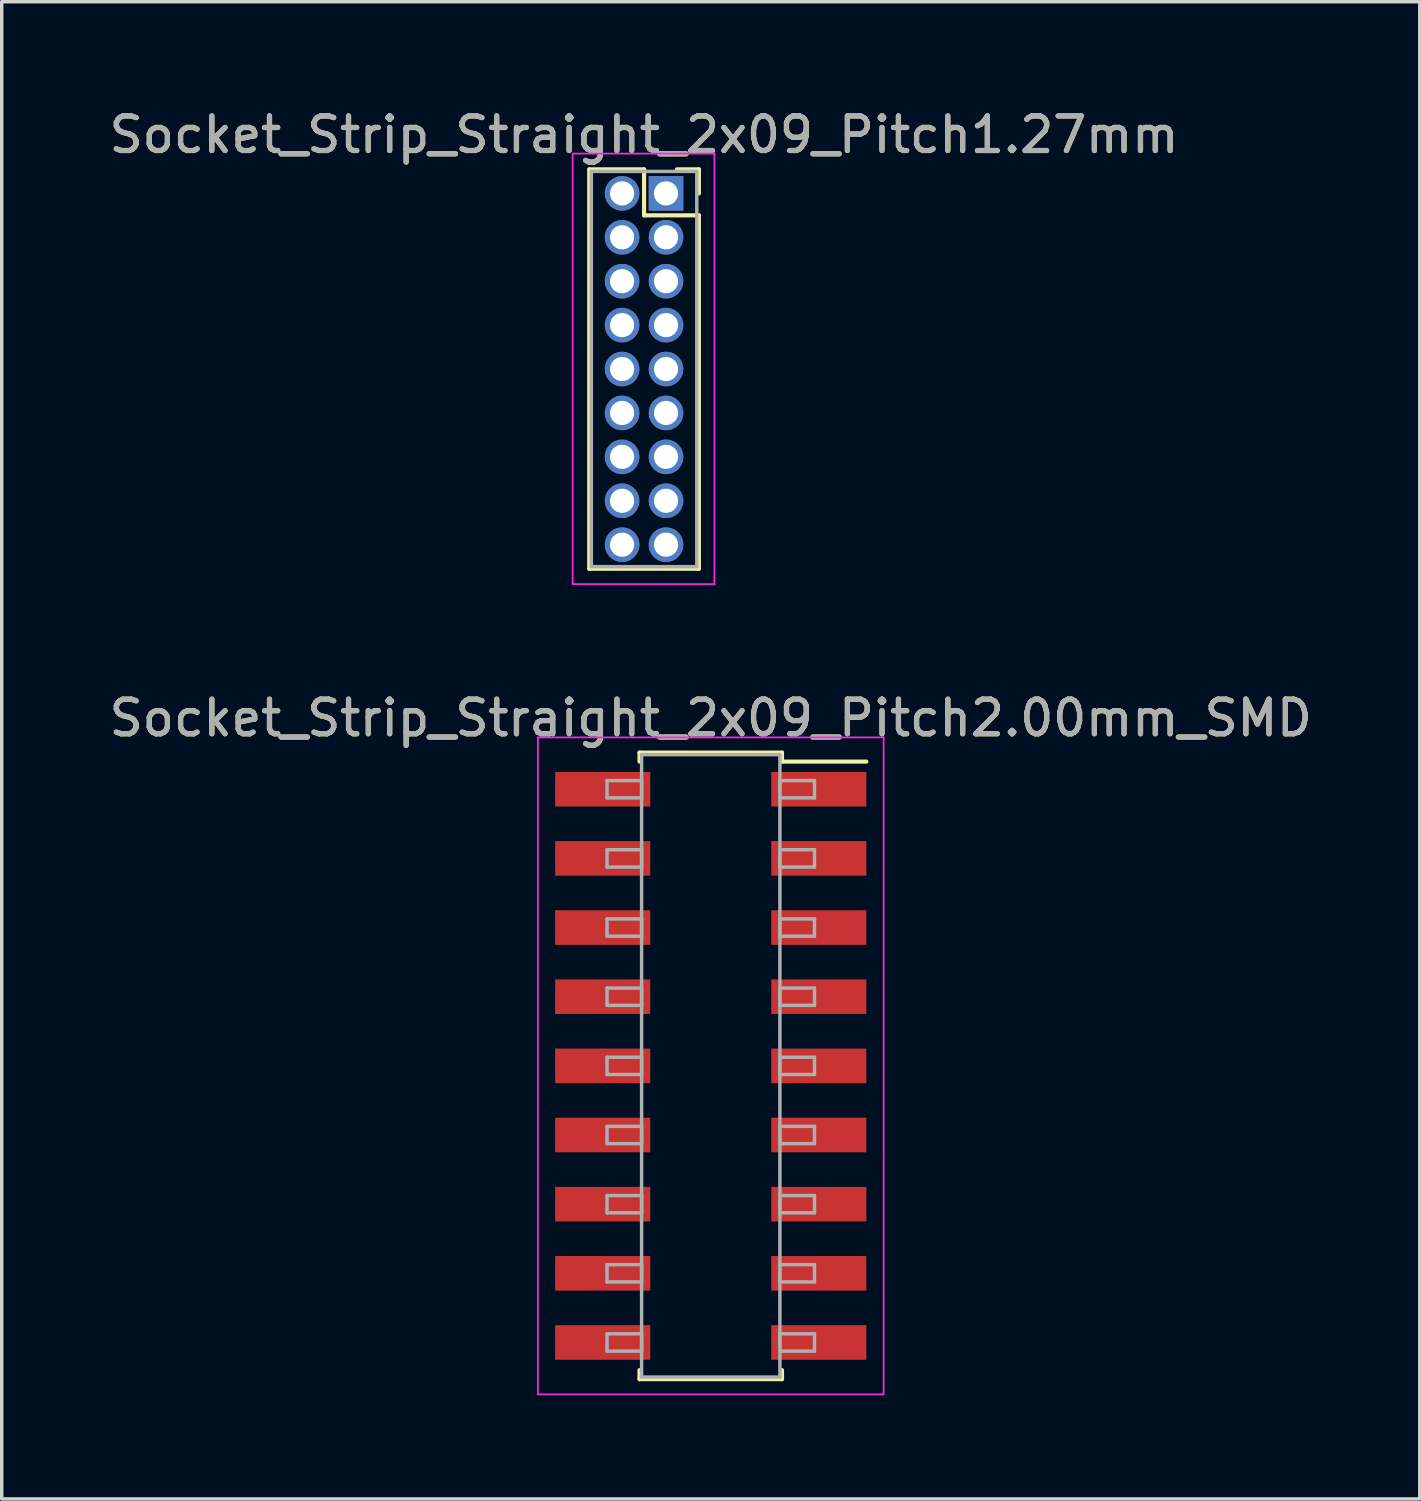
<source format=kicad_pcb>
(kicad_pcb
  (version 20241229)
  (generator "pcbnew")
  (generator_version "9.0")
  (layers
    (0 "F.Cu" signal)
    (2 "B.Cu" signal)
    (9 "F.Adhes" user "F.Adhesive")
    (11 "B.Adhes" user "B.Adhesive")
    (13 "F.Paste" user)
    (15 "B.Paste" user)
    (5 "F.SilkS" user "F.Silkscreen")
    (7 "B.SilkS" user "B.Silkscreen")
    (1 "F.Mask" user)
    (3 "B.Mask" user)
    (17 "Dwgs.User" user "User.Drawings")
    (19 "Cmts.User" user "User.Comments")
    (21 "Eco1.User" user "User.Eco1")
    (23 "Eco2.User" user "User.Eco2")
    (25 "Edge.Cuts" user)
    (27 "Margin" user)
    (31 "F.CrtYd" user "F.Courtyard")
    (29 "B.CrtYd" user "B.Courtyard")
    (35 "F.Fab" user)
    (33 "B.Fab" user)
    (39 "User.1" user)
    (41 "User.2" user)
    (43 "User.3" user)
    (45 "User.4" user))
  (footprint "Socket_Strip_Straight_2x09_Pitch1.27mm"
    (layer "F.Cu")
    (at 16.212 2.543)
    (property "Reference" "Socket_Strip_Straight_2x09_Pitch1.27mm" (at -0.635 -1.695 0) (layer "F.SilkS") (effects (font (size 1 1) (thickness 0.15))))
    (attr through_hole)
    (fp_line (start -2.22 -0.695) (end -0.635 -0.695) (stroke (width 0.12) (type solid)) (layer "F.SilkS"))
    (fp_line (start -2.22 10.855) (end -2.22 -0.695) (stroke (width 0.12) (type solid)) (layer "F.SilkS"))
    (fp_line (start -0.635 -0.695) (end -0.635 0.635) (stroke (width 0.12) (type solid)) (layer "F.SilkS"))
    (fp_line (start -0.635 0.635) (end 0.95 0.635) (stroke (width 0.12) (type solid)) (layer "F.SilkS"))
    (fp_line (start 0.95 -0.695) (end 0.315 -0.695) (stroke (width 0.12) (type solid)) (layer "F.SilkS"))
    (fp_line (start 0.95 0) (end 0.95 -0.695) (stroke (width 0.12) (type solid)) (layer "F.SilkS"))
    (fp_line (start 0.95 0.635) (end 0.95 10.855) (stroke (width 0.12) (type solid)) (layer "F.SilkS"))
    (fp_line (start 0.95 10.855) (end -2.22 10.855) (stroke (width 0.12) (type solid)) (layer "F.SilkS"))
    (fp_line (start -2.7 -1.15) (end -2.7 11.3) (stroke (width 0.05) (type solid)) (layer "F.CrtYd"))
    (fp_line (start -2.7 11.3) (end 1.4 11.3) (stroke (width 0.05) (type solid)) (layer "F.CrtYd"))
    (fp_line (start 1.4 -1.15) (end -2.7 -1.15) (stroke (width 0.05) (type solid)) (layer "F.CrtYd"))
    (fp_line (start 1.4 11.3) (end 1.4 -1.15) (stroke (width 0.05) (type solid)) (layer "F.CrtYd"))
    (fp_line (start -2.16 -0.635) (end -2.16 10.795) (stroke (width 0.1) (type solid)) (layer "F.Fab"))
    (fp_line (start -2.16 10.795) (end 0.89 10.795) (stroke (width 0.1) (type solid)) (layer "F.Fab"))
    (fp_line (start 0.89 -0.635) (end -2.16 -0.635) (stroke (width 0.1) (type solid)) (layer "F.Fab"))
    (fp_line (start 0.89 10.795) (end 0.89 -0.635) (stroke (width 0.1) (type solid)) (layer "F.Fab"))
    (fp_text user "${REFERENCE}" (at -0.635 -1.695 0) (layer "F.Fab") (effects (font (size 1 1) (thickness 0.15))))
    (pad "1" thru_hole rect (at 0 0) (size 1 1) (drill 0.7) (layers "*.Cu" "*.Mask"))
    (pad "2" thru_hole oval (at -1.27 0) (size 1 1) (drill 0.7) (layers "*.Cu" "*.Mask"))
    (pad "3" thru_hole oval (at 0 1.27) (size 1 1) (drill 0.7) (layers "*.Cu" "*.Mask"))
    (pad "4" thru_hole oval (at -1.27 1.27) (size 1 1) (drill 0.7) (layers "*.Cu" "*.Mask"))
    (pad "5" thru_hole oval (at 0 2.54) (size 1 1) (drill 0.7) (layers "*.Cu" "*.Mask"))
    (pad "6" thru_hole oval (at -1.27 2.54) (size 1 1) (drill 0.7) (layers "*.Cu" "*.Mask"))
    (pad "7" thru_hole oval (at 0 3.81) (size 1 1) (drill 0.7) (layers "*.Cu" "*.Mask"))
    (pad "8" thru_hole oval (at -1.27 3.81) (size 1 1) (drill 0.7) (layers "*.Cu" "*.Mask"))
    (pad "9" thru_hole oval (at 0 5.08) (size 1 1) (drill 0.7) (layers "*.Cu" "*.Mask"))
    (pad "10" thru_hole oval (at -1.27 5.08) (size 1 1) (drill 0.7) (layers "*.Cu" "*.Mask"))
    (pad "11" thru_hole oval (at 0 6.35) (size 1 1) (drill 0.7) (layers "*.Cu" "*.Mask"))
    (pad "12" thru_hole oval (at -1.27 6.35) (size 1 1) (drill 0.7) (layers "*.Cu" "*.Mask"))
    (pad "13" thru_hole oval (at 0 7.62) (size 1 1) (drill 0.7) (layers "*.Cu" "*.Mask"))
    (pad "14" thru_hole oval (at -1.27 7.62) (size 1 1) (drill 0.7) (layers "*.Cu" "*.Mask"))
    (pad "15" thru_hole oval (at 0 8.89) (size 1 1) (drill 0.7) (layers "*.Cu" "*.Mask"))
    (pad "16" thru_hole oval (at -1.27 8.89) (size 1 1) (drill 0.7) (layers "*.Cu" "*.Mask"))
    (pad "17" thru_hole oval (at 0 10.16) (size 1 1) (drill 0.7) (layers "*.Cu" "*.Mask"))
    (pad "18" thru_hole oval (at -1.27 10.16) (size 1 1) (drill 0.7) (layers "*.Cu" "*.Mask")))
  (footprint "Socket_Strip_Straight_2x09_Pitch2.00mm_SMD"
    (layer "F.Cu")
    (at 17.506 27.776)
    (property "Reference" "Socket_Strip_Straight_2x09_Pitch2.00mm_SMD" (at 0 -10.06 0) (layer "F.SilkS") (effects (font (size 1 1) (thickness 0.15))))
    (attr smd)
    (fp_line (start -2.06 -9.06) (end 2.06 -9.06) (stroke (width 0.12) (type solid)) (layer "F.SilkS"))
    (fp_line (start -2.06 -8.8) (end -2.06 -9.06) (stroke (width 0.12) (type solid)) (layer "F.SilkS"))
    (fp_line (start -2.06 8.8) (end -2.06 9.06) (stroke (width 0.12) (type solid)) (layer "F.SilkS"))
    (fp_line (start -2.06 9.06) (end 2.06 9.06) (stroke (width 0.12) (type solid)) (layer "F.SilkS"))
    (fp_line (start 2.06 -9.06) (end 2.06 -8.8) (stroke (width 0.12) (type solid)) (layer "F.SilkS"))
    (fp_line (start 2.06 9.06) (end 2.06 8.8) (stroke (width 0.12) (type solid)) (layer "F.SilkS"))
    (fp_line (start 4.5 -8.8) (end 2.06 -8.8) (stroke (width 0.12) (type solid)) (layer "F.SilkS"))
    (fp_line (start -5 -9.5) (end -5 9.5) (stroke (width 0.05) (type solid)) (layer "F.CrtYd"))
    (fp_line (start -5 9.5) (end 5 9.5) (stroke (width 0.05) (type solid)) (layer "F.CrtYd"))
    (fp_line (start 5 -9.5) (end -5 -9.5) (stroke (width 0.05) (type solid)) (layer "F.CrtYd"))
    (fp_line (start 5 9.5) (end 5 -9.5) (stroke (width 0.05) (type solid)) (layer "F.CrtYd"))
    (fp_line (start -3 -8.25) (end -2 -8.25) (stroke (width 0.1) (type solid)) (layer "F.Fab"))
    (fp_line (start -3 -7.75) (end -3 -8.25) (stroke (width 0.1) (type solid)) (layer "F.Fab"))
    (fp_line (start -3 -6.25) (end -2 -6.25) (stroke (width 0.1) (type solid)) (layer "F.Fab"))
    (fp_line (start -3 -5.75) (end -3 -6.25) (stroke (width 0.1) (type solid)) (layer "F.Fab"))
    (fp_line (start -3 -4.25) (end -2 -4.25) (stroke (width 0.1) (type solid)) (layer "F.Fab"))
    (fp_line (start -3 -3.75) (end -3 -4.25) (stroke (width 0.1) (type solid)) (layer "F.Fab"))
    (fp_line (start -3 -2.25) (end -2 -2.25) (stroke (width 0.1) (type solid)) (layer "F.Fab"))
    (fp_line (start -3 -1.75) (end -3 -2.25) (stroke (width 0.1) (type solid)) (layer "F.Fab"))
    (fp_line (start -3 -0.25) (end -2 -0.25) (stroke (width 0.1) (type solid)) (layer "F.Fab"))
    (fp_line (start -3 0.25) (end -3 -0.25) (stroke (width 0.1) (type solid)) (layer "F.Fab"))
    (fp_line (start -3 1.75) (end -2 1.75) (stroke (width 0.1) (type solid)) (layer "F.Fab"))
    (fp_line (start -3 2.25) (end -3 1.75) (stroke (width 0.1) (type solid)) (layer "F.Fab"))
    (fp_line (start -3 3.75) (end -2 3.75) (stroke (width 0.1) (type solid)) (layer "F.Fab"))
    (fp_line (start -3 4.25) (end -3 3.75) (stroke (width 0.1) (type solid)) (layer "F.Fab"))
    (fp_line (start -3 5.75) (end -2 5.75) (stroke (width 0.1) (type solid)) (layer "F.Fab"))
    (fp_line (start -3 6.25) (end -3 5.75) (stroke (width 0.1) (type solid)) (layer "F.Fab"))
    (fp_line (start -3 7.75) (end -2 7.75) (stroke (width 0.1) (type solid)) (layer "F.Fab"))
    (fp_line (start -3 8.25) (end -3 7.75) (stroke (width 0.1) (type solid)) (layer "F.Fab"))
    (fp_line (start -2 -9) (end -2 9) (stroke (width 0.1) (type solid)) (layer "F.Fab"))
    (fp_line (start -2 -8.25) (end -2 -7.75) (stroke (width 0.1) (type solid)) (layer "F.Fab"))
    (fp_line (start -2 -7.75) (end -3 -7.75) (stroke (width 0.1) (type solid)) (layer "F.Fab"))
    (fp_line (start -2 -6.25) (end -2 -5.75) (stroke (width 0.1) (type solid)) (layer "F.Fab"))
    (fp_line (start -2 -5.75) (end -3 -5.75) (stroke (width 0.1) (type solid)) (layer "F.Fab"))
    (fp_line (start -2 -4.25) (end -2 -3.75) (stroke (width 0.1) (type solid)) (layer "F.Fab"))
    (fp_line (start -2 -3.75) (end -3 -3.75) (stroke (width 0.1) (type solid)) (layer "F.Fab"))
    (fp_line (start -2 -2.25) (end -2 -1.75) (stroke (width 0.1) (type solid)) (layer "F.Fab"))
    (fp_line (start -2 -1.75) (end -3 -1.75) (stroke (width 0.1) (type solid)) (layer "F.Fab"))
    (fp_line (start -2 -0.25) (end -2 0.25) (stroke (width 0.1) (type solid)) (layer "F.Fab"))
    (fp_line (start -2 0.25) (end -3 0.25) (stroke (width 0.1) (type solid)) (layer "F.Fab"))
    (fp_line (start -2 1.75) (end -2 2.25) (stroke (width 0.1) (type solid)) (layer "F.Fab"))
    (fp_line (start -2 2.25) (end -3 2.25) (stroke (width 0.1) (type solid)) (layer "F.Fab"))
    (fp_line (start -2 3.75) (end -2 4.25) (stroke (width 0.1) (type solid)) (layer "F.Fab"))
    (fp_line (start -2 4.25) (end -3 4.25) (stroke (width 0.1) (type solid)) (layer "F.Fab"))
    (fp_line (start -2 5.75) (end -2 6.25) (stroke (width 0.1) (type solid)) (layer "F.Fab"))
    (fp_line (start -2 6.25) (end -3 6.25) (stroke (width 0.1) (type solid)) (layer "F.Fab"))
    (fp_line (start -2 7.75) (end -2 8.25) (stroke (width 0.1) (type solid)) (layer "F.Fab"))
    (fp_line (start -2 8.25) (end -3 8.25) (stroke (width 0.1) (type solid)) (layer "F.Fab"))
    (fp_line (start -2 9) (end 2 9) (stroke (width 0.1) (type solid)) (layer "F.Fab"))
    (fp_line (start 2 -9) (end -2 -9) (stroke (width 0.1) (type solid)) (layer "F.Fab"))
    (fp_line (start 2 -8.25) (end 2 -7.75) (stroke (width 0.1) (type solid)) (layer "F.Fab"))
    (fp_line (start 2 -7.75) (end 3 -7.75) (stroke (width 0.1) (type solid)) (layer "F.Fab"))
    (fp_line (start 2 -6.25) (end 2 -5.75) (stroke (width 0.1) (type solid)) (layer "F.Fab"))
    (fp_line (start 2 -5.75) (end 3 -5.75) (stroke (width 0.1) (type solid)) (layer "F.Fab"))
    (fp_line (start 2 -4.25) (end 2 -3.75) (stroke (width 0.1) (type solid)) (layer "F.Fab"))
    (fp_line (start 2 -3.75) (end 3 -3.75) (stroke (width 0.1) (type solid)) (layer "F.Fab"))
    (fp_line (start 2 -2.25) (end 2 -1.75) (stroke (width 0.1) (type solid)) (layer "F.Fab"))
    (fp_line (start 2 -1.75) (end 3 -1.75) (stroke (width 0.1) (type solid)) (layer "F.Fab"))
    (fp_line (start 2 -0.25) (end 2 0.25) (stroke (width 0.1) (type solid)) (layer "F.Fab"))
    (fp_line (start 2 0.25) (end 3 0.25) (stroke (width 0.1) (type solid)) (layer "F.Fab"))
    (fp_line (start 2 1.75) (end 2 2.25) (stroke (width 0.1) (type solid)) (layer "F.Fab"))
    (fp_line (start 2 2.25) (end 3 2.25) (stroke (width 0.1) (type solid)) (layer "F.Fab"))
    (fp_line (start 2 3.75) (end 2 4.25) (stroke (width 0.1) (type solid)) (layer "F.Fab"))
    (fp_line (start 2 4.25) (end 3 4.25) (stroke (width 0.1) (type solid)) (layer "F.Fab"))
    (fp_line (start 2 5.75) (end 2 6.25) (stroke (width 0.1) (type solid)) (layer "F.Fab"))
    (fp_line (start 2 6.25) (end 3 6.25) (stroke (width 0.1) (type solid)) (layer "F.Fab"))
    (fp_line (start 2 7.75) (end 2 8.25) (stroke (width 0.1) (type solid)) (layer "F.Fab"))
    (fp_line (start 2 8.25) (end 3 8.25) (stroke (width 0.1) (type solid)) (layer "F.Fab"))
    (fp_line (start 2 9) (end 2 -9) (stroke (width 0.1) (type solid)) (layer "F.Fab"))
    (fp_line (start 3 -8.25) (end 2 -8.25) (stroke (width 0.1) (type solid)) (layer "F.Fab"))
    (fp_line (start 3 -7.75) (end 3 -8.25) (stroke (width 0.1) (type solid)) (layer "F.Fab"))
    (fp_line (start 3 -6.25) (end 2 -6.25) (stroke (width 0.1) (type solid)) (layer "F.Fab"))
    (fp_line (start 3 -5.75) (end 3 -6.25) (stroke (width 0.1) (type solid)) (layer "F.Fab"))
    (fp_line (start 3 -4.25) (end 2 -4.25) (stroke (width 0.1) (type solid)) (layer "F.Fab"))
    (fp_line (start 3 -3.75) (end 3 -4.25) (stroke (width 0.1) (type solid)) (layer "F.Fab"))
    (fp_line (start 3 -2.25) (end 2 -2.25) (stroke (width 0.1) (type solid)) (layer "F.Fab"))
    (fp_line (start 3 -1.75) (end 3 -2.25) (stroke (width 0.1) (type solid)) (layer "F.Fab"))
    (fp_line (start 3 -0.25) (end 2 -0.25) (stroke (width 0.1) (type solid)) (layer "F.Fab"))
    (fp_line (start 3 0.25) (end 3 -0.25) (stroke (width 0.1) (type solid)) (layer "F.Fab"))
    (fp_line (start 3 1.75) (end 2 1.75) (stroke (width 0.1) (type solid)) (layer "F.Fab"))
    (fp_line (start 3 2.25) (end 3 1.75) (stroke (width 0.1) (type solid)) (layer "F.Fab"))
    (fp_line (start 3 3.75) (end 2 3.75) (stroke (width 0.1) (type solid)) (layer "F.Fab"))
    (fp_line (start 3 4.25) (end 3 3.75) (stroke (width 0.1) (type solid)) (layer "F.Fab"))
    (fp_line (start 3 5.75) (end 2 5.75) (stroke (width 0.1) (type solid)) (layer "F.Fab"))
    (fp_line (start 3 6.25) (end 3 5.75) (stroke (width 0.1) (type solid)) (layer "F.Fab"))
    (fp_line (start 3 7.75) (end 2 7.75) (stroke (width 0.1) (type solid)) (layer "F.Fab"))
    (fp_line (start 3 8.25) (end 3 7.75) (stroke (width 0.1) (type solid)) (layer "F.Fab"))
    (fp_text user "${REFERENCE}" (at 0 -10.06 0) (layer "F.Fab") (effects (font (size 1 1) (thickness 0.15))))
    (pad "1" smd rect (at 3.125 -8) (size 2.75 1) (layers "F.Cu" "F.Mask" "F.Paste"))
    (pad "2" smd rect (at -3.125 -8) (size 2.75 1) (layers "F.Cu" "F.Mask" "F.Paste"))
    (pad "3" smd rect (at 3.125 -6) (size 2.75 1) (layers "F.Cu" "F.Mask" "F.Paste"))
    (pad "4" smd rect (at -3.125 -6) (size 2.75 1) (layers "F.Cu" "F.Mask" "F.Paste"))
    (pad "5" smd rect (at 3.125 -4) (size 2.75 1) (layers "F.Cu" "F.Mask" "F.Paste"))
    (pad "6" smd rect (at -3.125 -4) (size 2.75 1) (layers "F.Cu" "F.Mask" "F.Paste"))
    (pad "7" smd rect (at 3.125 -2) (size 2.75 1) (layers "F.Cu" "F.Mask" "F.Paste"))
    (pad "8" smd rect (at -3.125 -2) (size 2.75 1) (layers "F.Cu" "F.Mask" "F.Paste"))
    (pad "9" smd rect (at 3.125 0) (size 2.75 1) (layers "F.Cu" "F.Mask" "F.Paste"))
    (pad "10" smd rect (at -3.125 0) (size 2.75 1) (layers "F.Cu" "F.Mask" "F.Paste"))
    (pad "11" smd rect (at 3.125 2) (size 2.75 1) (layers "F.Cu" "F.Mask" "F.Paste"))
    (pad "12" smd rect (at -3.125 2) (size 2.75 1) (layers "F.Cu" "F.Mask" "F.Paste"))
    (pad "13" smd rect (at 3.125 4) (size 2.75 1) (layers "F.Cu" "F.Mask" "F.Paste"))
    (pad "14" smd rect (at -3.125 4) (size 2.75 1) (layers "F.Cu" "F.Mask" "F.Paste"))
    (pad "15" smd rect (at 3.125 6) (size 2.75 1) (layers "F.Cu" "F.Mask" "F.Paste"))
    (pad "16" smd rect (at -3.125 6) (size 2.75 1) (layers "F.Cu" "F.Mask" "F.Paste"))
    (pad "17" smd rect (at 3.125 8) (size 2.75 1) (layers "F.Cu" "F.Mask" "F.Paste"))
    (pad "18" smd rect (at -3.125 8) (size 2.75 1) (layers "F.Cu" "F.Mask" "F.Paste")))
  (gr_rect
    (start -3 -3)
    (end 38.012 40.301)
    (stroke (width 0.1) (type default))
    (fill no)
    (layer "Edge.Cuts")))
</source>
